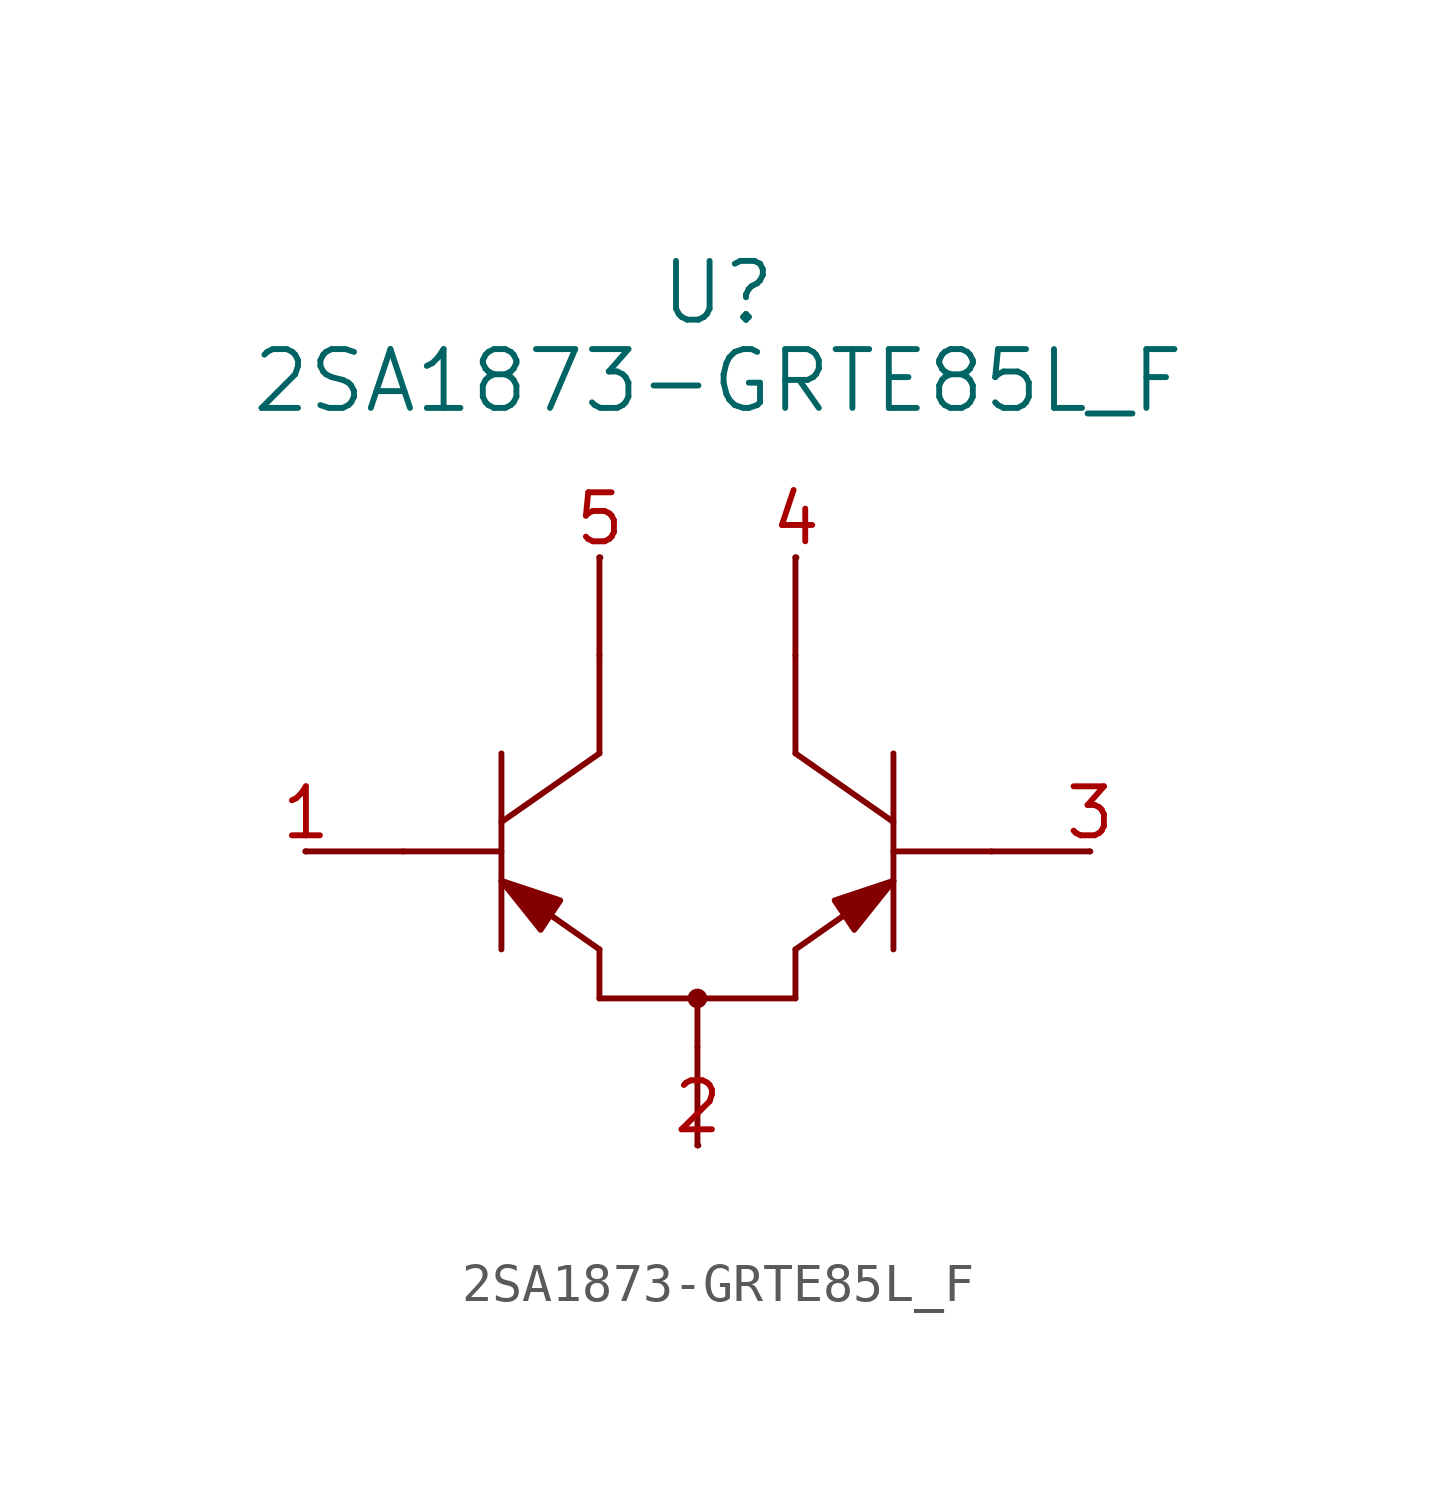
<source format=kicad_sym>
(kicad_symbol_lib
  (version 20241209)
  (generator "kicad_symbol_editor")
  (generator_version "9.0")
  (symbol "2SA1873-GRTE85L_F"
    (pin_names
      (offset 0.254))
    (property "Reference" "U"
      (at 10.668 14.478 0)
      (effects (font (size 1.524 1.524))))
    (property "Value" "2SA1873-GRTE85L_F"
      (at 10.668 12.192 0)
      (effects (font (size 1.524 1.524))))
    (property "ki_locked" ""
      (at 0 0 0)
      (effects (font (size 1.27 1.27))))
    (symbol "2SA1873-GRTE85L_F_0_1"
      (polyline (pts (xy -0.025 0) (xy 2.515 0)) (stroke (width 0) (type default)) (fill (type none)))
      (polyline (pts (xy 5.055 2.54) (xy 5.055 -2.54)) (stroke (width 0) (type default)) (fill (type none)))
      (polyline (pts (xy 5.055 0) (xy 2.515 0)) (stroke (width 0) (type default)) (fill (type none)))
      (polyline (pts (xy 5.055 -0.762) (xy 7.595 -2.54)) (stroke (width 0) (type default)) (fill (type none)))
      (polyline (pts (xy 5.055 -0.762) (xy 6.071 -2.032) (xy 6.579 -1.27) (xy 5.055 -0.762)) (stroke (width 0) (type default)) (fill (type outline)))
      (polyline (pts (xy 7.595 7.62) (xy 7.595 5.08)) (stroke (width 0) (type default)) (fill (type none)))
      (polyline (pts (xy 7.595 2.54) (xy 5.055 0.762)) (stroke (width 0) (type default)) (fill (type none)))
      (polyline (pts (xy 7.595 2.54) (xy 7.595 5.08)) (stroke (width 0) (type default)) (fill (type none)))
      (polyline (pts (xy 7.595 -2.54) (xy 7.595 -3.81)) (stroke (width 0) (type default)) (fill (type none)))
      (polyline (pts (xy 7.595 -3.81) (xy 12.675 -3.81)) (stroke (width 0) (type default)) (fill (type none)))
      (polyline (pts (xy 10.135 -3.81) (xy 10.135 -5.08)) (stroke (width 0) (type default)) (fill (type none)))
      (circle (center 10.135 -3.81) (radius 0.127) (stroke (width 0.254) (type default)) (fill (type none)))
      (polyline (pts (xy 10.135 -7.62) (xy 10.135 -5.08)) (stroke (width 0) (type default)) (fill (type none)))
      (polyline (pts (xy 12.675 2.54) (xy 12.675 5.08)) (stroke (width 0) (type default)) (fill (type none)))
      (polyline (pts (xy 12.675 -2.54) (xy 12.675 -3.81)) (stroke (width 0) (type default)) (fill (type none)))
      (polyline (pts (xy 12.675 -2.54) (xy 15.215 -0.762)) (stroke (width 0) (type default)) (fill (type none)))
      (polyline (pts (xy 15.215 0.762) (xy 12.675 2.54)) (stroke (width 0) (type default)) (fill (type none)))
      (polyline (pts (xy 15.215 0) (xy 17.755 0)) (stroke (width 0) (type default)) (fill (type none)))
      (polyline (pts (xy 15.215 -0.762) (xy 13.691 -1.27) (xy 14.199 -2.032) (xy 15.215 -0.762)) (stroke (width 0) (type default)) (fill (type outline)))
      (polyline (pts (xy 15.215 -2.54) (xy 15.215 2.54)) (stroke (width 0) (type default)) (fill (type none)))
      (polyline (pts (xy 20.295 0) (xy 17.755 0)) (stroke (width 0) (type default)) (fill (type none))))
    (symbol "2SA1873-GRTE85L_F_1_1"
      (polyline (pts (xy 12.675 7.62) (xy 12.675 5.08)) (stroke (width 0) (type solid)) (fill (type none)))
      (pin unspecified line (at 0 0 180) (length 0.025) (name "" (effects (font (size 1.27 1.27)))) (number "1" (effects (font (size 1.27 1.27)))))
      (pin unspecified line (at 7.62 7.62 180) (length 0.025) (name "" (effects (font (size 1.27 1.27)))) (number "5" (effects (font (size 1.27 1.27)))))
      (pin unspecified line (at 10.16 -7.62 180) (length 0.025) (name "" (effects (font (size 1.27 1.27)))) (number "2" (effects (font (size 1.27 1.27)))))
      (pin unspecified line (at 12.7 7.62 180) (length 0.025) (name "" (effects (font (size 1.27 1.27)))) (number "4" (effects (font (size 1.27 1.27)))))
      (pin unspecified line (at 20.32 0 180) (length 0.025) (name "" (effects (font (size 1.27 1.27)))) (number "3" (effects (font (size 1.27 1.27))))))))
</source>
